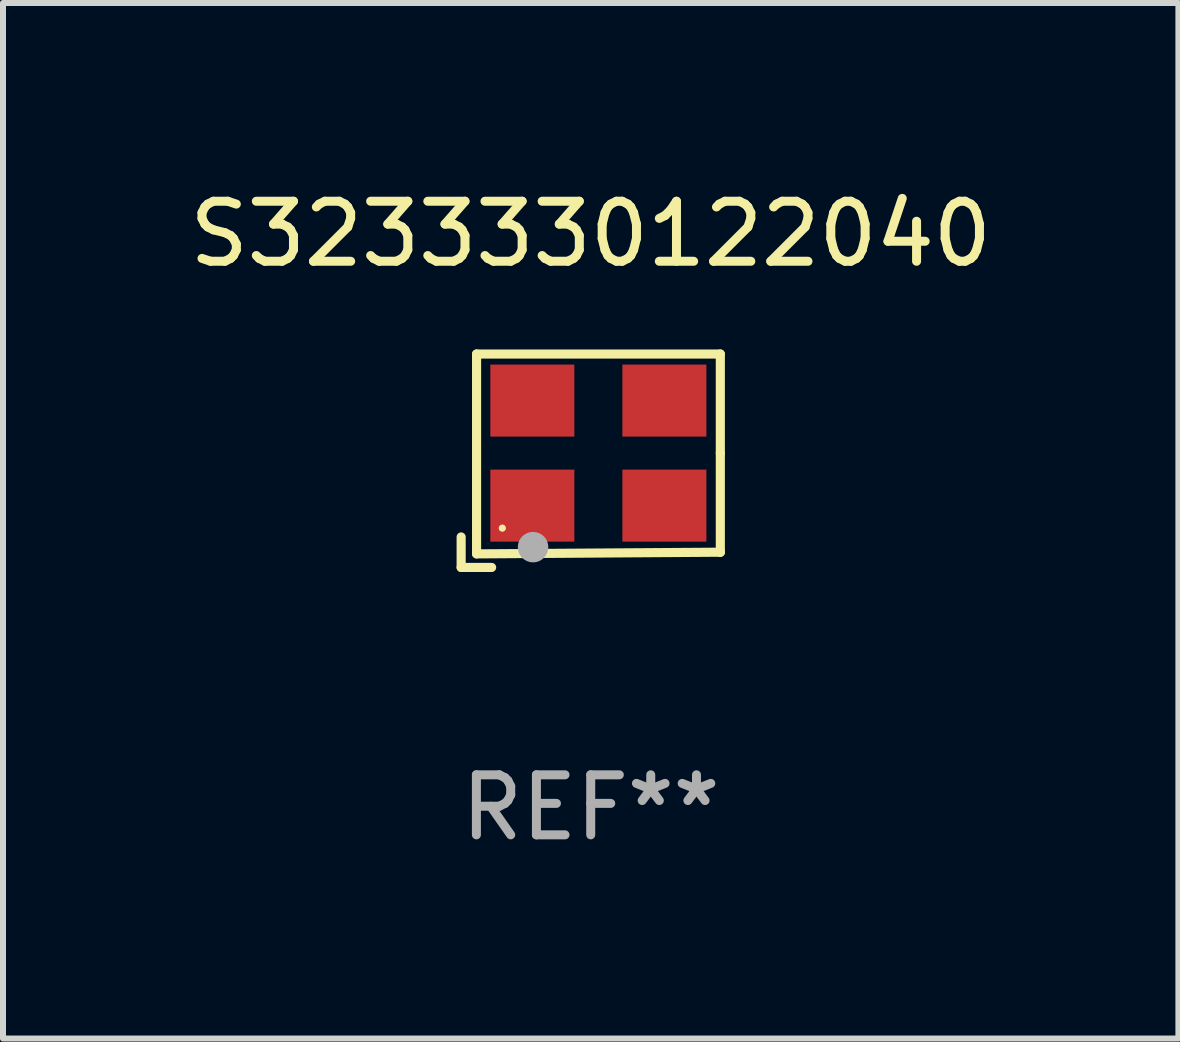
<source format=kicad_pcb>
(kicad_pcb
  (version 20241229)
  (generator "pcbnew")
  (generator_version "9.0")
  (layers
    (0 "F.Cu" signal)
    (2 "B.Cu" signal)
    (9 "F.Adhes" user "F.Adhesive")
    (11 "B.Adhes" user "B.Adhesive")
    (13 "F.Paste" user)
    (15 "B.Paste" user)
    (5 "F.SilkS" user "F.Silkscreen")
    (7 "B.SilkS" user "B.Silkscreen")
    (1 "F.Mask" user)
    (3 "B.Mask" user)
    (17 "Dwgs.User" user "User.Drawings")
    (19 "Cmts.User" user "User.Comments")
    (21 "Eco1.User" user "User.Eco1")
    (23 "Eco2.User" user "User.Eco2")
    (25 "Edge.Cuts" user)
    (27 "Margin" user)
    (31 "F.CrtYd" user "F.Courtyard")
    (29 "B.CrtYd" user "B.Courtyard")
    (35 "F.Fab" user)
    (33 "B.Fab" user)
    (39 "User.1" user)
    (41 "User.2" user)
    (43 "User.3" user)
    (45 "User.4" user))
  (footprint "S3233330122040"
    (layer "F.Cu")
    (at 6.792 4.626)
    (property "Reference" "S3233330122040" (at 0 -3.778 0) (layer "F.SilkS") (effects (font (size 1 1) (thickness 0.15))))
    (attr through_hole)
    (fp_line (start -2.159 1.27) (end -2.159 1.778) (stroke (width 0.152) (type solid)) (layer "F.SilkS"))
    (fp_line (start -2.159 1.778) (end -1.651 1.778) (stroke (width 0.152) (type solid)) (layer "F.SilkS"))
    (fp_line (start -1.902 -1.778) (end 2.159 -1.778) (stroke (width 0.152) (type solid)) (layer "F.SilkS"))
    (fp_line (start -1.902 1.552) (end -1.902 -1.778) (stroke (width 0.152) (type solid)) (layer "F.SilkS"))
    (fp_line (start 2.159 -1.778) (end 2.159 -0.127) (stroke (width 0.152) (type solid)) (layer "F.SilkS"))
    (fp_line (start 2.159 -0.127) (end 2.159 1.524) (stroke (width 0.152) (type solid)) (layer "F.SilkS"))
    (fp_line (start 2.159 1.524) (end -1.902 1.552) (stroke (width 0.152) (type solid)) (layer "F.SilkS"))
    (fp_line (start 2.159 1.524) (end 2.159 1.524) (stroke (width 0.152) (type solid)) (layer "F.SilkS"))
    (fp_circle (center -1.473 1.123) (end -1.443 1.123) (stroke (width 0.06) (type solid)) (fill no) (layer "F.SilkS"))
    (fp_circle (center -0.961 1.44) (end -0.834 1.44) (stroke (width 0.254) (type solid)) (fill no) (layer "F.Fab"))
    (fp_text user "REF**" (at 0 5.778 0) (layer "F.Fab") (effects (font (size 1 1) (thickness 0.15))))
    (pad "1" smd rect (at -0.973 0.748) (size 1.4 1.2) (layers "F.Cu" "F.Mask" "F.Paste"))
    (pad "2" smd rect (at 1.227 0.748) (size 1.4 1.2) (layers "F.Cu" "F.Mask" "F.Paste"))
    (pad "3" smd rect (at 1.227 -1.002) (size 1.4 1.2) (layers "F.Cu" "F.Mask" "F.Paste"))
    (pad "4" smd rect (at -0.973 -1.002) (size 1.4 1.2) (layers "F.Cu" "F.Mask" "F.Paste")))
  (gr_rect
    (start -3 -3)
    (end 16.583 14.253)
    (stroke (width 0.1) (type default))
    (fill no)
    (layer "Edge.Cuts")))
</source>
